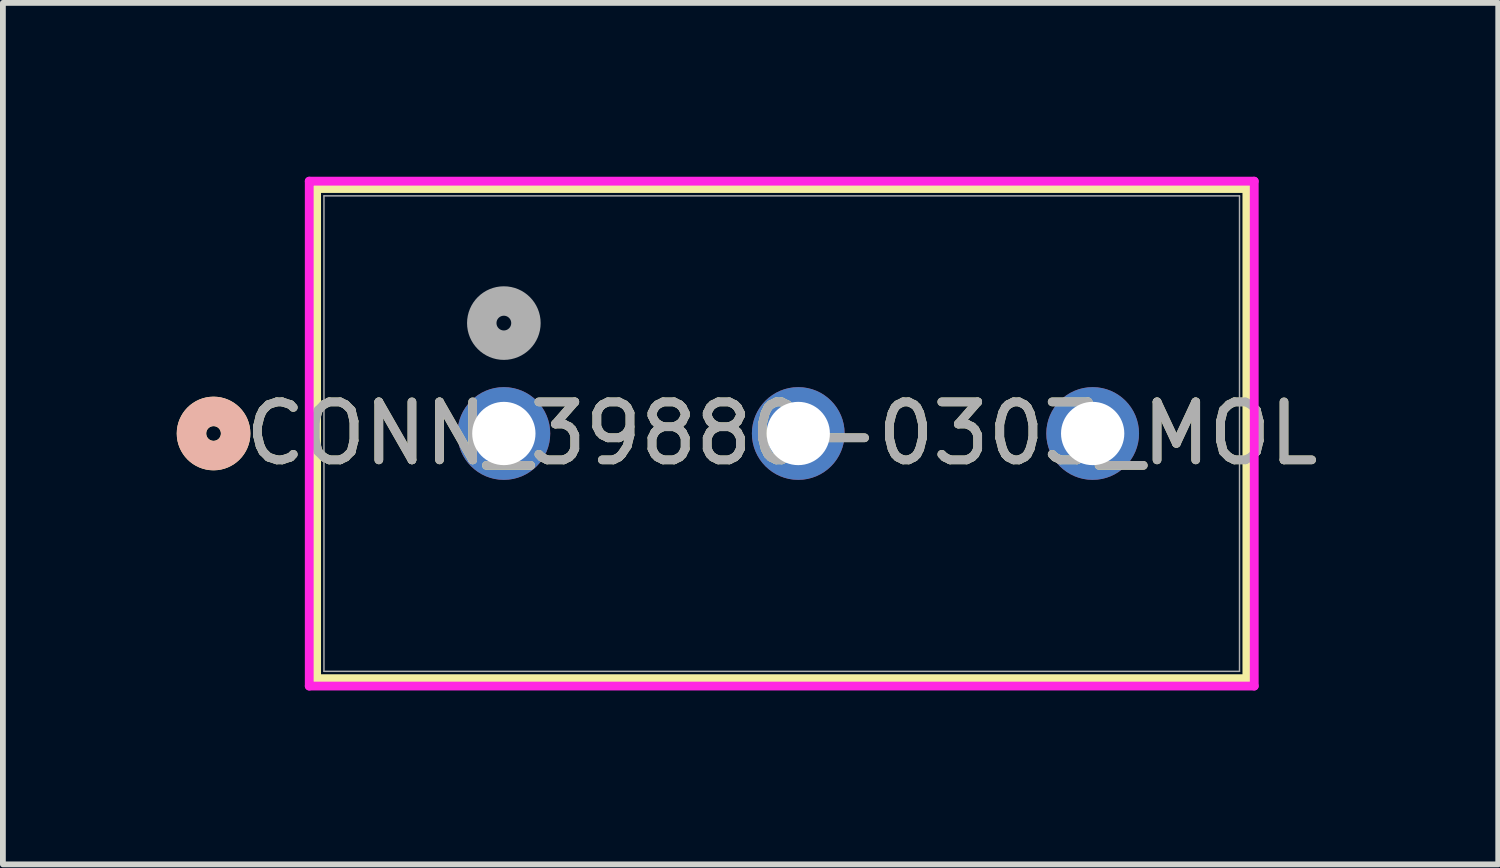
<source format=kicad_pcb>
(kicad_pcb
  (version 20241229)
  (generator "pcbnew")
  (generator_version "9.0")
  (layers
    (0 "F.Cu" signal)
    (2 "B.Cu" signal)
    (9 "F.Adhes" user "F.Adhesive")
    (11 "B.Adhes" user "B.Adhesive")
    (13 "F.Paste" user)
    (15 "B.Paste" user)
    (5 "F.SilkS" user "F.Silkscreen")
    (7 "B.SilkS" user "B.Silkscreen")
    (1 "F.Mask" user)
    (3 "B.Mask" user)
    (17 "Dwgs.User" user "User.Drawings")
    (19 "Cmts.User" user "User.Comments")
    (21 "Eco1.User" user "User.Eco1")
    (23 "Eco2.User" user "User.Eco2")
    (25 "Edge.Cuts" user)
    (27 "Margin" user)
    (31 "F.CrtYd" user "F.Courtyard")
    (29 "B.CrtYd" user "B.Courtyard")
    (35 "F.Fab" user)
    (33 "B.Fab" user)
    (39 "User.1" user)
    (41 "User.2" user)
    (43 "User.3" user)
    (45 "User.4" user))
  (footprint "CONN_39880-0303_MOL"
    (layer "F.Cu")
    (at 5.644 4.43)
    (property "Reference" "CONN_39880-0303_MOL" (at 4.795 0 0) (unlocked yes) (layer "F.SilkS") (effects (font (size 1 1) (thickness 0.15))))
    (attr through_hole)
    (fp_line (start -3.231 -4.227) (end -3.231 4.231) (stroke (width 0.152) (type solid)) (layer "F.SilkS"))
    (fp_line (start -3.231 4.231) (end 12.821 4.231) (stroke (width 0.152) (type solid)) (layer "F.SilkS"))
    (fp_line (start 12.821 -4.227) (end -3.231 -4.227) (stroke (width 0.152) (type solid)) (layer "F.SilkS"))
    (fp_line (start 12.821 4.231) (end 12.821 -4.227) (stroke (width 0.152) (type solid)) (layer "F.SilkS"))
    (fp_circle (center -5.009 0) (end -4.628 0) (stroke (width 0.508) (type solid)) (fill no) (layer "F.SilkS"))
    (fp_circle (center -5.009 0) (end -4.628 0) (stroke (width 0.508) (type solid)) (fill no) (layer "B.SilkS"))
    (fp_line (start -3.358 -4.354) (end -3.358 4.358) (stroke (width 0.152) (type solid)) (layer "F.CrtYd"))
    (fp_line (start -3.358 4.358) (end 12.948 4.358) (stroke (width 0.152) (type solid)) (layer "F.CrtYd"))
    (fp_line (start 12.948 -4.354) (end -3.358 -4.354) (stroke (width 0.152) (type solid)) (layer "F.CrtYd"))
    (fp_line (start 12.948 4.358) (end 12.948 -4.354) (stroke (width 0.152) (type solid)) (layer "F.CrtYd"))
    (fp_line (start -3.104 -4.1) (end -3.104 4.104) (stroke (width 0.025) (type solid)) (layer "F.Fab"))
    (fp_line (start -3.104 4.104) (end 12.694 4.104) (stroke (width 0.025) (type solid)) (layer "F.Fab"))
    (fp_line (start 12.694 -4.1) (end -3.104 -4.1) (stroke (width 0.025) (type solid)) (layer "F.Fab"))
    (fp_line (start 12.694 4.104) (end 12.694 -4.1) (stroke (width 0.025) (type solid)) (layer "F.Fab"))
    (fp_circle (center 0 -1.905) (end 0.381 -1.905) (stroke (width 0.508) (type solid)) (fill no) (layer "F.Fab"))
    (fp_text user "${REFERENCE}" (at 4.795 0 0) (unlocked yes) (layer "F.Fab") (effects (font (size 1 1) (thickness 0.15))))
    (pad "1" thru_hole circle (at 0 0) (size 1.6 1.6) (drill 1.092) (layers "*.Cu" "*.Mask"))
    (pad "2" thru_hole circle (at 5.08 0) (size 1.6 1.6) (drill 1.092) (layers "*.Cu" "*.Mask"))
    (pad "3" thru_hole circle (at 10.16 0) (size 1.6 1.6) (drill 1.092) (layers "*.Cu" "*.Mask")))
  (gr_rect
    (start -3 -3)
    (end 22.802 11.865)
    (stroke (width 0.1) (type default))
    (fill no)
    (layer "Edge.Cuts")))
</source>
